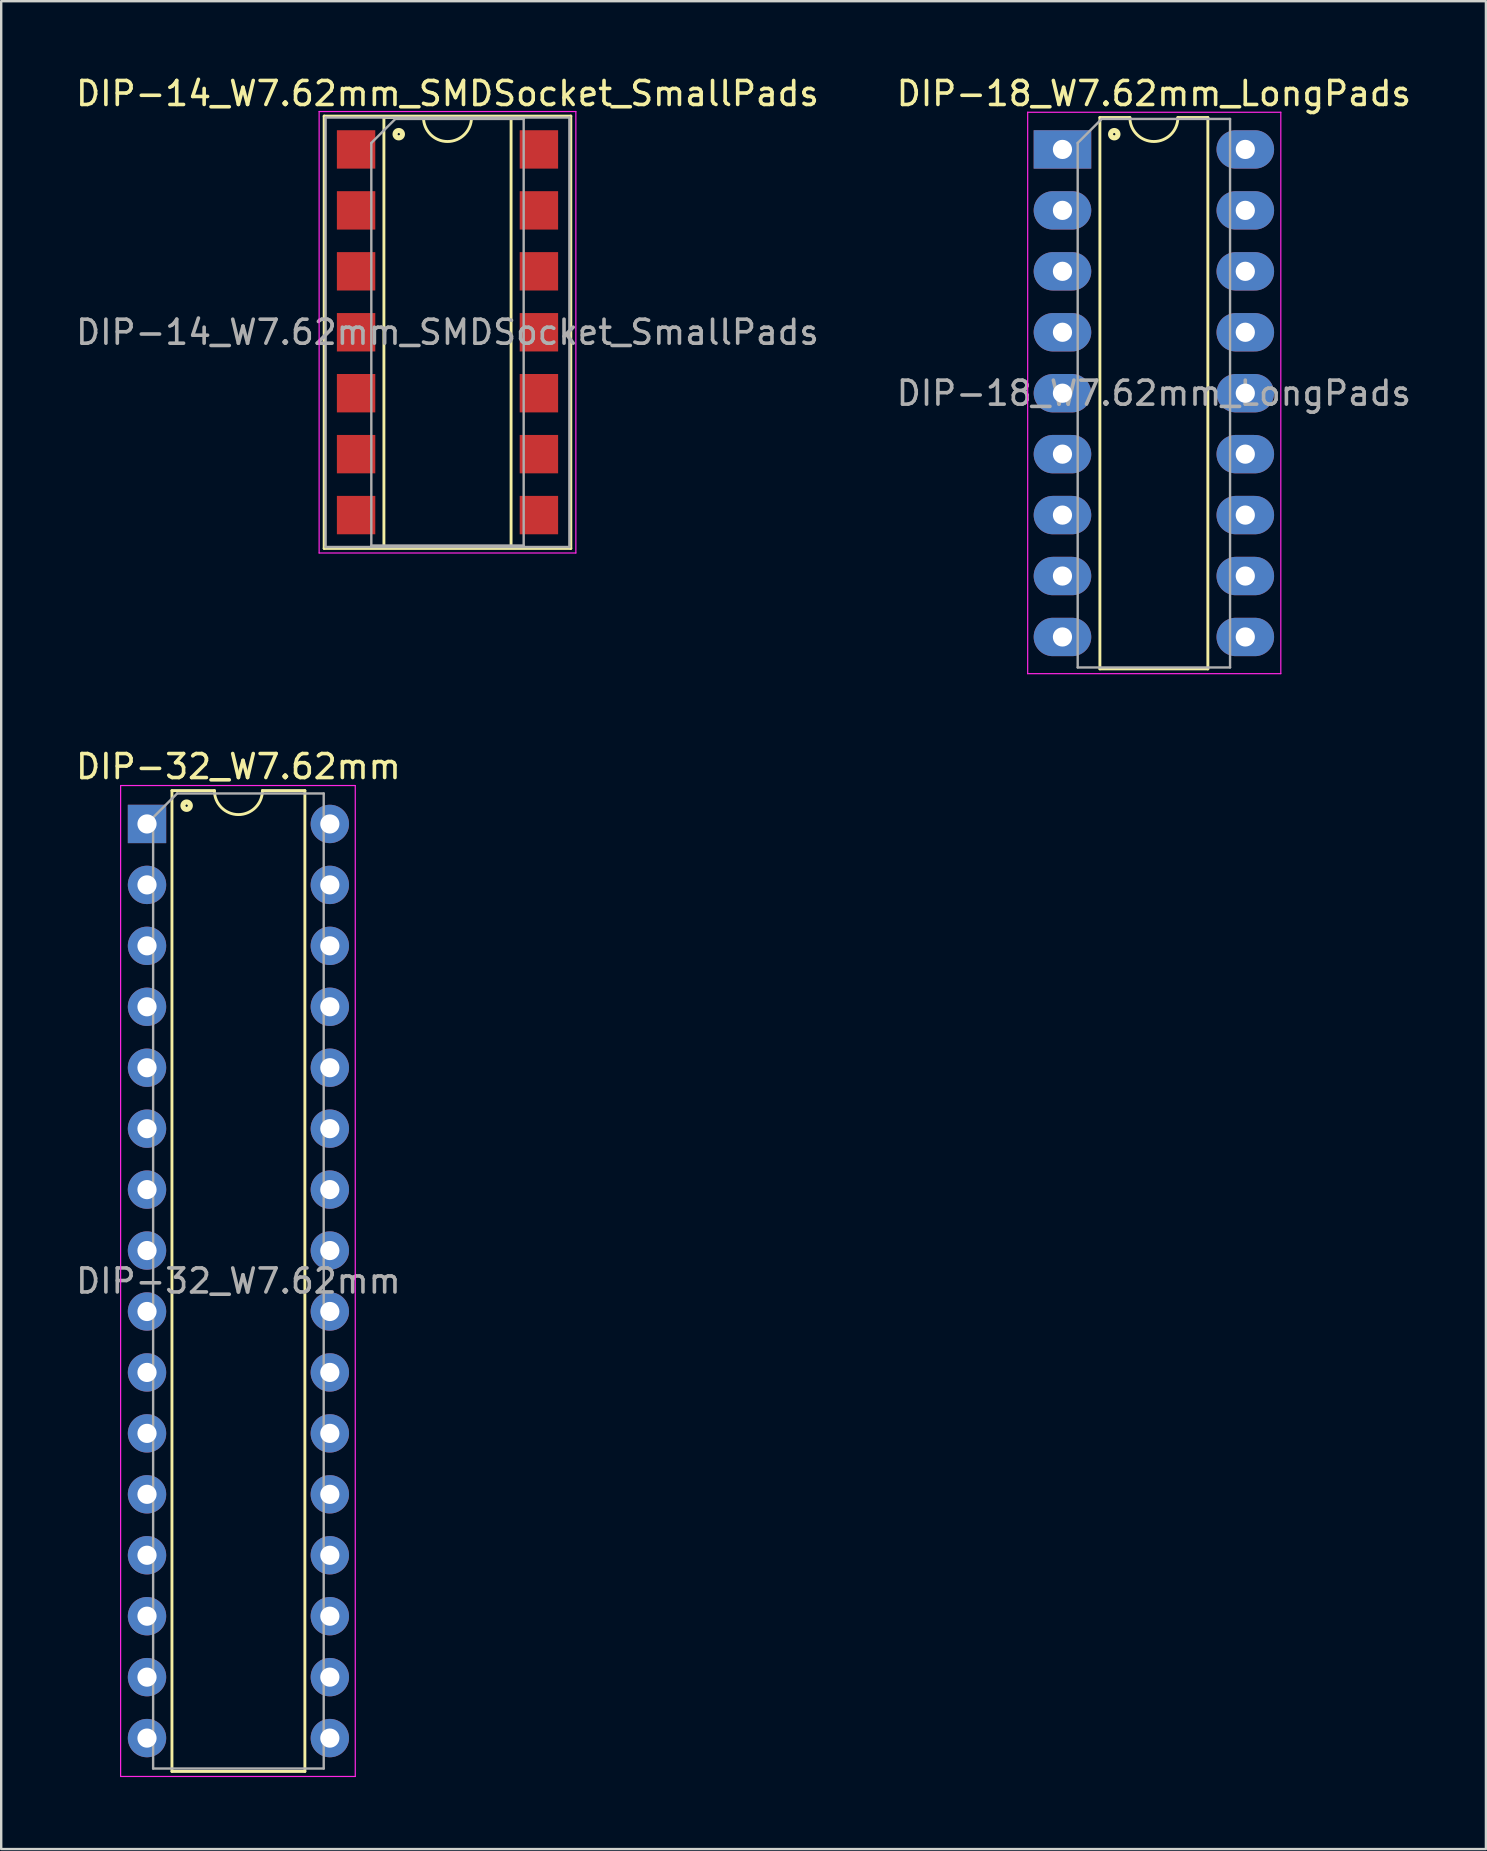
<source format=kicad_pcb>
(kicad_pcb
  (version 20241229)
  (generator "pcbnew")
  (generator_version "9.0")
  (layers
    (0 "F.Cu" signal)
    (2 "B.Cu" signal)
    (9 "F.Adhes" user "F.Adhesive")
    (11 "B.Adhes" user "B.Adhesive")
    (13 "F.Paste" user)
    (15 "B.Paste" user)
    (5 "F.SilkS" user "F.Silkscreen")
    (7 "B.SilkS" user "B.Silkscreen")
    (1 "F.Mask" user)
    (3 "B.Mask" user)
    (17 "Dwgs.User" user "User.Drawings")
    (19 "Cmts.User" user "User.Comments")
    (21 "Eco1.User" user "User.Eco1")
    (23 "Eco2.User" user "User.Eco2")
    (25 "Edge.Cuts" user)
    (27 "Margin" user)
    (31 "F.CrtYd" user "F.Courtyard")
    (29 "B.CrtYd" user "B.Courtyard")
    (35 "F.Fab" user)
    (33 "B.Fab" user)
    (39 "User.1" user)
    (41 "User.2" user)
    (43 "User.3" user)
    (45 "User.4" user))
  (footprint "DIP-14_W7.62mm_SMDSocket_SmallPads"
    (layer "F.Cu")
    (at 15.601 10.798)
    (property "Reference" "DIP-14_W7.62mm_SMDSocket_SmallPads" (at 0 -9.95 0) (layer "F.SilkS") (effects (font (size 1 1) (thickness 0.15))))
    (attr smd)
    (fp_line (start -5.14 -9.01) (end -5.14 9.01) (stroke (width 0.12) (type solid)) (layer "F.SilkS"))
    (fp_line (start -5.14 9.01) (end 5.14 9.01) (stroke (width 0.12) (type solid)) (layer "F.SilkS"))
    (fp_line (start -2.65 -8.95) (end -2.65 8.95) (stroke (width 0.12) (type solid)) (layer "F.SilkS"))
    (fp_line (start -2.65 8.95) (end 2.65 8.95) (stroke (width 0.12) (type solid)) (layer "F.SilkS"))
    (fp_line (start -1 -8.95) (end -2.65 -8.95) (stroke (width 0.12) (type solid)) (layer "F.SilkS"))
    (fp_line (start 2.65 -8.95) (end 1 -8.95) (stroke (width 0.12) (type solid)) (layer "F.SilkS"))
    (fp_line (start 2.65 8.95) (end 2.65 -8.95) (stroke (width 0.12) (type solid)) (layer "F.SilkS"))
    (fp_line (start 5.14 -9.01) (end -5.14 -9.01) (stroke (width 0.12) (type solid)) (layer "F.SilkS"))
    (fp_line (start 5.14 9.01) (end 5.14 -9.01) (stroke (width 0.12) (type solid)) (layer "F.SilkS"))
    (fp_arc (start 1 -8.95) (mid 0 -7.95) (end -1 -8.95) (stroke (width 0.12) (type solid)) (layer "F.SilkS"))
    (fp_circle (center -2.032 -8.255) (end -1.982 -8.255) (stroke (width 0.12) (type solid)) (fill no) (layer "F.SilkS"))
    (fp_circle (center -2.032 -8.255) (end -1.907 -8.255) (stroke (width 0.12) (type solid)) (fill no) (layer "F.SilkS"))
    (fp_circle (center -2.032 -8.255) (end -1.832 -8.255) (stroke (width 0.12) (type solid)) (fill no) (layer "F.SilkS"))
    (fp_line (start -5.35 -9.2) (end -5.35 9.2) (stroke (width 0.05) (type solid)) (layer "F.CrtYd"))
    (fp_line (start -5.35 9.2) (end 5.35 9.2) (stroke (width 0.05) (type solid)) (layer "F.CrtYd"))
    (fp_line (start 5.35 -9.2) (end -5.35 -9.2) (stroke (width 0.05) (type solid)) (layer "F.CrtYd"))
    (fp_line (start 5.35 9.2) (end 5.35 -9.2) (stroke (width 0.05) (type solid)) (layer "F.CrtYd"))
    (fp_line (start -5.08 -8.95) (end -5.08 8.95) (stroke (width 0.1) (type solid)) (layer "F.Fab"))
    (fp_line (start -5.08 8.95) (end 5.08 8.95) (stroke (width 0.1) (type solid)) (layer "F.Fab"))
    (fp_line (start -3.175 -7.89) (end -2.175 -8.89) (stroke (width 0.1) (type solid)) (layer "F.Fab"))
    (fp_line (start -3.175 8.89) (end -3.175 -7.89) (stroke (width 0.1) (type solid)) (layer "F.Fab"))
    (fp_line (start -2.175 -8.89) (end 3.175 -8.89) (stroke (width 0.1) (type solid)) (layer "F.Fab"))
    (fp_line (start 3.175 -8.89) (end 3.175 8.89) (stroke (width 0.1) (type solid)) (layer "F.Fab"))
    (fp_line (start 3.175 8.89) (end -3.175 8.89) (stroke (width 0.1) (type solid)) (layer "F.Fab"))
    (fp_line (start 5.08 -8.95) (end -5.08 -8.95) (stroke (width 0.1) (type solid)) (layer "F.Fab"))
    (fp_line (start 5.08 8.95) (end 5.08 -8.95) (stroke (width 0.1) (type solid)) (layer "F.Fab"))
    (fp_text user "${REFERENCE}" (at 0 0 0) (layer "F.Fab") (effects (font (size 1 1) (thickness 0.15))))
    (pad "1" smd rect (at -3.81 -7.62) (size 1.6 1.6) (layers "F.Cu" "F.Mask" "F.Paste"))
    (pad "2" smd rect (at -3.81 -5.08) (size 1.6 1.6) (layers "F.Cu" "F.Mask" "F.Paste"))
    (pad "3" smd rect (at -3.81 -2.54) (size 1.6 1.6) (layers "F.Cu" "F.Mask" "F.Paste"))
    (pad "4" smd rect (at -3.81 0) (size 1.6 1.6) (layers "F.Cu" "F.Mask" "F.Paste"))
    (pad "5" smd rect (at -3.81 2.54) (size 1.6 1.6) (layers "F.Cu" "F.Mask" "F.Paste"))
    (pad "6" smd rect (at -3.81 5.08) (size 1.6 1.6) (layers "F.Cu" "F.Mask" "F.Paste"))
    (pad "7" smd rect (at -3.81 7.62) (size 1.6 1.6) (layers "F.Cu" "F.Mask" "F.Paste"))
    (pad "8" smd rect (at 3.81 7.62) (size 1.6 1.6) (layers "F.Cu" "F.Mask" "F.Paste"))
    (pad "9" smd rect (at 3.81 5.08) (size 1.6 1.6) (layers "F.Cu" "F.Mask" "F.Paste"))
    (pad "10" smd rect (at 3.81 2.54) (size 1.6 1.6) (layers "F.Cu" "F.Mask" "F.Paste"))
    (pad "11" smd rect (at 3.81 0) (size 1.6 1.6) (layers "F.Cu" "F.Mask" "F.Paste"))
    (pad "12" smd rect (at 3.81 -2.54) (size 1.6 1.6) (layers "F.Cu" "F.Mask" "F.Paste"))
    (pad "13" smd rect (at 3.81 -5.08) (size 1.6 1.6) (layers "F.Cu" "F.Mask" "F.Paste"))
    (pad "14" smd rect (at 3.81 -7.62) (size 1.6 1.6) (layers "F.Cu" "F.Mask" "F.Paste")))
  (footprint "DIP-18_W7.62mm_LongPads"
    (layer "F.Cu")
    (at 41.232 3.178)
    (property "Reference" "DIP-18_W7.62mm_LongPads" (at 3.81 -2.33 0) (layer "F.SilkS") (effects (font (size 1 1) (thickness 0.15))))
    (attr through_hole)
    (fp_line (start 1.56 -1.33) (end 1.56 21.65) (stroke (width 0.12) (type solid)) (layer "F.SilkS"))
    (fp_line (start 1.56 21.65) (end 6.06 21.65) (stroke (width 0.12) (type solid)) (layer "F.SilkS"))
    (fp_line (start 2.81 -1.33) (end 1.56 -1.33) (stroke (width 0.12) (type solid)) (layer "F.SilkS"))
    (fp_line (start 6.06 -1.33) (end 4.81 -1.33) (stroke (width 0.12) (type solid)) (layer "F.SilkS"))
    (fp_line (start 6.06 21.65) (end 6.06 -1.33) (stroke (width 0.12) (type solid)) (layer "F.SilkS"))
    (fp_arc (start 4.81 -1.33) (mid 3.81 -0.33) (end 2.81 -1.33) (stroke (width 0.12) (type solid)) (layer "F.SilkS"))
    (fp_circle (center 2.159 -0.635) (end 2.209 -0.635) (stroke (width 0.12) (type solid)) (fill no) (layer "F.SilkS"))
    (fp_circle (center 2.159 -0.635) (end 2.284 -0.635) (stroke (width 0.12) (type solid)) (fill no) (layer "F.SilkS"))
    (fp_circle (center 2.159 -0.635) (end 2.359 -0.635) (stroke (width 0.12) (type solid)) (fill no) (layer "F.SilkS"))
    (fp_line (start -1.45 -1.55) (end -1.45 21.85) (stroke (width 0.05) (type solid)) (layer "F.CrtYd"))
    (fp_line (start -1.45 21.85) (end 9.1 21.85) (stroke (width 0.05) (type solid)) (layer "F.CrtYd"))
    (fp_line (start 9.1 -1.55) (end -1.45 -1.55) (stroke (width 0.05) (type solid)) (layer "F.CrtYd"))
    (fp_line (start 9.1 21.85) (end 9.1 -1.55) (stroke (width 0.05) (type solid)) (layer "F.CrtYd"))
    (fp_line (start 0.635 -0.27) (end 1.635 -1.27) (stroke (width 0.1) (type solid)) (layer "F.Fab"))
    (fp_line (start 0.635 21.59) (end 0.635 -0.27) (stroke (width 0.1) (type solid)) (layer "F.Fab"))
    (fp_line (start 1.635 -1.27) (end 6.985 -1.27) (stroke (width 0.1) (type solid)) (layer "F.Fab"))
    (fp_line (start 6.985 -1.27) (end 6.985 21.59) (stroke (width 0.1) (type solid)) (layer "F.Fab"))
    (fp_line (start 6.985 21.59) (end 0.635 21.59) (stroke (width 0.1) (type solid)) (layer "F.Fab"))
    (fp_text user "${REFERENCE}" (at 3.81 10.16 0) (layer "F.Fab") (effects (font (size 1 1) (thickness 0.15))))
    (pad "1" thru_hole rect (at 0 0) (size 2.4 1.6) (drill 0.8) (layers "*.Cu" "*.Mask"))
    (pad "2" thru_hole oval (at 0 2.54) (size 2.4 1.6) (drill 0.8) (layers "*.Cu" "*.Mask"))
    (pad "3" thru_hole oval (at 0 5.08) (size 2.4 1.6) (drill 0.8) (layers "*.Cu" "*.Mask"))
    (pad "4" thru_hole oval (at 0 7.62) (size 2.4 1.6) (drill 0.8) (layers "*.Cu" "*.Mask"))
    (pad "5" thru_hole oval (at 0 10.16) (size 2.4 1.6) (drill 0.8) (layers "*.Cu" "*.Mask"))
    (pad "6" thru_hole oval (at 0 12.7) (size 2.4 1.6) (drill 0.8) (layers "*.Cu" "*.Mask"))
    (pad "7" thru_hole oval (at 0 15.24) (size 2.4 1.6) (drill 0.8) (layers "*.Cu" "*.Mask"))
    (pad "8" thru_hole oval (at 0 17.78) (size 2.4 1.6) (drill 0.8) (layers "*.Cu" "*.Mask"))
    (pad "9" thru_hole oval (at 0 20.32) (size 2.4 1.6) (drill 0.8) (layers "*.Cu" "*.Mask"))
    (pad "10" thru_hole oval (at 7.62 20.32) (size 2.4 1.6) (drill 0.8) (layers "*.Cu" "*.Mask"))
    (pad "11" thru_hole oval (at 7.62 17.78) (size 2.4 1.6) (drill 0.8) (layers "*.Cu" "*.Mask"))
    (pad "12" thru_hole oval (at 7.62 15.24) (size 2.4 1.6) (drill 0.8) (layers "*.Cu" "*.Mask"))
    (pad "13" thru_hole oval (at 7.62 12.7) (size 2.4 1.6) (drill 0.8) (layers "*.Cu" "*.Mask"))
    (pad "14" thru_hole oval (at 7.62 10.16) (size 2.4 1.6) (drill 0.8) (layers "*.Cu" "*.Mask"))
    (pad "15" thru_hole oval (at 7.62 7.62) (size 2.4 1.6) (drill 0.8) (layers "*.Cu" "*.Mask"))
    (pad "16" thru_hole oval (at 7.62 5.08) (size 2.4 1.6) (drill 0.8) (layers "*.Cu" "*.Mask"))
    (pad "17" thru_hole oval (at 7.62 2.54) (size 2.4 1.6) (drill 0.8) (layers "*.Cu" "*.Mask"))
    (pad "18" thru_hole oval (at 7.62 0) (size 2.4 1.6) (drill 0.8) (layers "*.Cu" "*.Mask")))
  (footprint "DIP-32_W7.62mm"
    (layer "F.Cu")
    (at 3.077 31.291)
    (property "Reference" "DIP-32_W7.62mm" (at 3.81 -2.39 0) (layer "F.SilkS") (effects (font (size 1 1) (thickness 0.15))))
    (attr through_hole)
    (fp_line (start 1.04 -1.39) (end 1.04 39.49) (stroke (width 0.12) (type solid)) (layer "F.SilkS"))
    (fp_line (start 1.04 39.49) (end 6.58 39.49) (stroke (width 0.12) (type solid)) (layer "F.SilkS"))
    (fp_line (start 2.81 -1.39) (end 1.04 -1.39) (stroke (width 0.12) (type solid)) (layer "F.SilkS"))
    (fp_line (start 6.58 -1.39) (end 4.81 -1.39) (stroke (width 0.12) (type solid)) (layer "F.SilkS"))
    (fp_line (start 6.58 39.49) (end 6.58 -1.39) (stroke (width 0.12) (type solid)) (layer "F.SilkS"))
    (fp_arc (start 4.81 -1.39) (mid 3.81 -0.39) (end 2.81 -1.39) (stroke (width 0.12) (type solid)) (layer "F.SilkS"))
    (fp_circle (center 1.651 -0.762) (end 1.701 -0.762) (stroke (width 0.12) (type solid)) (fill no) (layer "F.SilkS"))
    (fp_circle (center 1.651 -0.762) (end 1.776 -0.762) (stroke (width 0.12) (type solid)) (fill no) (layer "F.SilkS"))
    (fp_circle (center 1.651 -0.762) (end 1.851 -0.762) (stroke (width 0.12) (type solid)) (fill no) (layer "F.SilkS"))
    (fp_line (start -1.1 -1.6) (end -1.1 39.7) (stroke (width 0.05) (type solid)) (layer "F.CrtYd"))
    (fp_line (start -1.1 39.7) (end 8.68 39.7) (stroke (width 0.05) (type solid)) (layer "F.CrtYd"))
    (fp_line (start 8.68 -1.6) (end -1.1 -1.6) (stroke (width 0.05) (type solid)) (layer "F.CrtYd"))
    (fp_line (start 8.68 39.7) (end 8.68 -1.6) (stroke (width 0.05) (type solid)) (layer "F.CrtYd"))
    (fp_line (start 0.255 -0.27) (end 1.255 -1.27) (stroke (width 0.1) (type solid)) (layer "F.Fab"))
    (fp_line (start 0.255 39.37) (end 0.255 -0.27) (stroke (width 0.1) (type solid)) (layer "F.Fab"))
    (fp_line (start 1.255 -1.27) (end 7.365 -1.27) (stroke (width 0.1) (type solid)) (layer "F.Fab"))
    (fp_line (start 7.365 -1.27) (end 7.365 39.37) (stroke (width 0.1) (type solid)) (layer "F.Fab"))
    (fp_line (start 7.365 39.37) (end 0.255 39.37) (stroke (width 0.1) (type solid)) (layer "F.Fab"))
    (fp_text user "${REFERENCE}" (at 3.81 19.05 0) (layer "F.Fab") (effects (font (size 1 1) (thickness 0.15))))
    (pad "1" thru_hole rect (at 0 0) (size 1.6 1.6) (drill 0.8) (layers "*.Cu" "*.Mask"))
    (pad "2" thru_hole oval (at 0 2.54) (size 1.6 1.6) (drill 0.8) (layers "*.Cu" "*.Mask"))
    (pad "3" thru_hole oval (at 0 5.08) (size 1.6 1.6) (drill 0.8) (layers "*.Cu" "*.Mask"))
    (pad "4" thru_hole oval (at 0 7.62) (size 1.6 1.6) (drill 0.8) (layers "*.Cu" "*.Mask"))
    (pad "5" thru_hole oval (at 0 10.16) (size 1.6 1.6) (drill 0.8) (layers "*.Cu" "*.Mask"))
    (pad "6" thru_hole oval (at 0 12.7) (size 1.6 1.6) (drill 0.8) (layers "*.Cu" "*.Mask"))
    (pad "7" thru_hole oval (at 0 15.24) (size 1.6 1.6) (drill 0.8) (layers "*.Cu" "*.Mask"))
    (pad "8" thru_hole oval (at 0 17.78) (size 1.6 1.6) (drill 0.8) (layers "*.Cu" "*.Mask"))
    (pad "9" thru_hole oval (at 0 20.32) (size 1.6 1.6) (drill 0.8) (layers "*.Cu" "*.Mask"))
    (pad "10" thru_hole oval (at 0 22.86) (size 1.6 1.6) (drill 0.8) (layers "*.Cu" "*.Mask"))
    (pad "11" thru_hole oval (at 0 25.4) (size 1.6 1.6) (drill 0.8) (layers "*.Cu" "*.Mask"))
    (pad "12" thru_hole oval (at 0 27.94) (size 1.6 1.6) (drill 0.8) (layers "*.Cu" "*.Mask"))
    (pad "13" thru_hole oval (at 0 30.48) (size 1.6 1.6) (drill 0.8) (layers "*.Cu" "*.Mask"))
    (pad "14" thru_hole oval (at 0 33.02) (size 1.6 1.6) (drill 0.8) (layers "*.Cu" "*.Mask"))
    (pad "15" thru_hole oval (at 0 35.56) (size 1.6 1.6) (drill 0.8) (layers "*.Cu" "*.Mask"))
    (pad "16" thru_hole oval (at 0 38.1) (size 1.6 1.6) (drill 0.8) (layers "*.Cu" "*.Mask"))
    (pad "17" thru_hole oval (at 7.62 38.1) (size 1.6 1.6) (drill 0.8) (layers "*.Cu" "*.Mask"))
    (pad "18" thru_hole oval (at 7.62 35.56) (size 1.6 1.6) (drill 0.8) (layers "*.Cu" "*.Mask"))
    (pad "19" thru_hole oval (at 7.62 33.02) (size 1.6 1.6) (drill 0.8) (layers "*.Cu" "*.Mask"))
    (pad "20" thru_hole oval (at 7.62 30.48) (size 1.6 1.6) (drill 0.8) (layers "*.Cu" "*.Mask"))
    (pad "21" thru_hole oval (at 7.62 27.94) (size 1.6 1.6) (drill 0.8) (layers "*.Cu" "*.Mask"))
    (pad "22" thru_hole oval (at 7.62 25.4) (size 1.6 1.6) (drill 0.8) (layers "*.Cu" "*.Mask"))
    (pad "23" thru_hole oval (at 7.62 22.86) (size 1.6 1.6) (drill 0.8) (layers "*.Cu" "*.Mask"))
    (pad "24" thru_hole oval (at 7.62 20.32) (size 1.6 1.6) (drill 0.8) (layers "*.Cu" "*.Mask"))
    (pad "25" thru_hole oval (at 7.62 17.78) (size 1.6 1.6) (drill 0.8) (layers "*.Cu" "*.Mask"))
    (pad "26" thru_hole oval (at 7.62 15.24) (size 1.6 1.6) (drill 0.8) (layers "*.Cu" "*.Mask"))
    (pad "27" thru_hole oval (at 7.62 12.7) (size 1.6 1.6) (drill 0.8) (layers "*.Cu" "*.Mask"))
    (pad "28" thru_hole oval (at 7.62 10.16) (size 1.6 1.6) (drill 0.8) (layers "*.Cu" "*.Mask"))
    (pad "29" thru_hole oval (at 7.62 7.62) (size 1.6 1.6) (drill 0.8) (layers "*.Cu" "*.Mask"))
    (pad "30" thru_hole oval (at 7.62 5.08) (size 1.6 1.6) (drill 0.8) (layers "*.Cu" "*.Mask"))
    (pad "31" thru_hole oval (at 7.62 2.54) (size 1.6 1.6) (drill 0.8) (layers "*.Cu" "*.Mask"))
    (pad "32" thru_hole oval (at 7.62 0) (size 1.6 1.6) (drill 0.8) (layers "*.Cu" "*.Mask")))
  (gr_rect
    (start -3 -3)
    (end 58.881 74.016)
    (stroke (width 0.1) (type default))
    (fill no)
    (layer "Edge.Cuts")))
</source>
